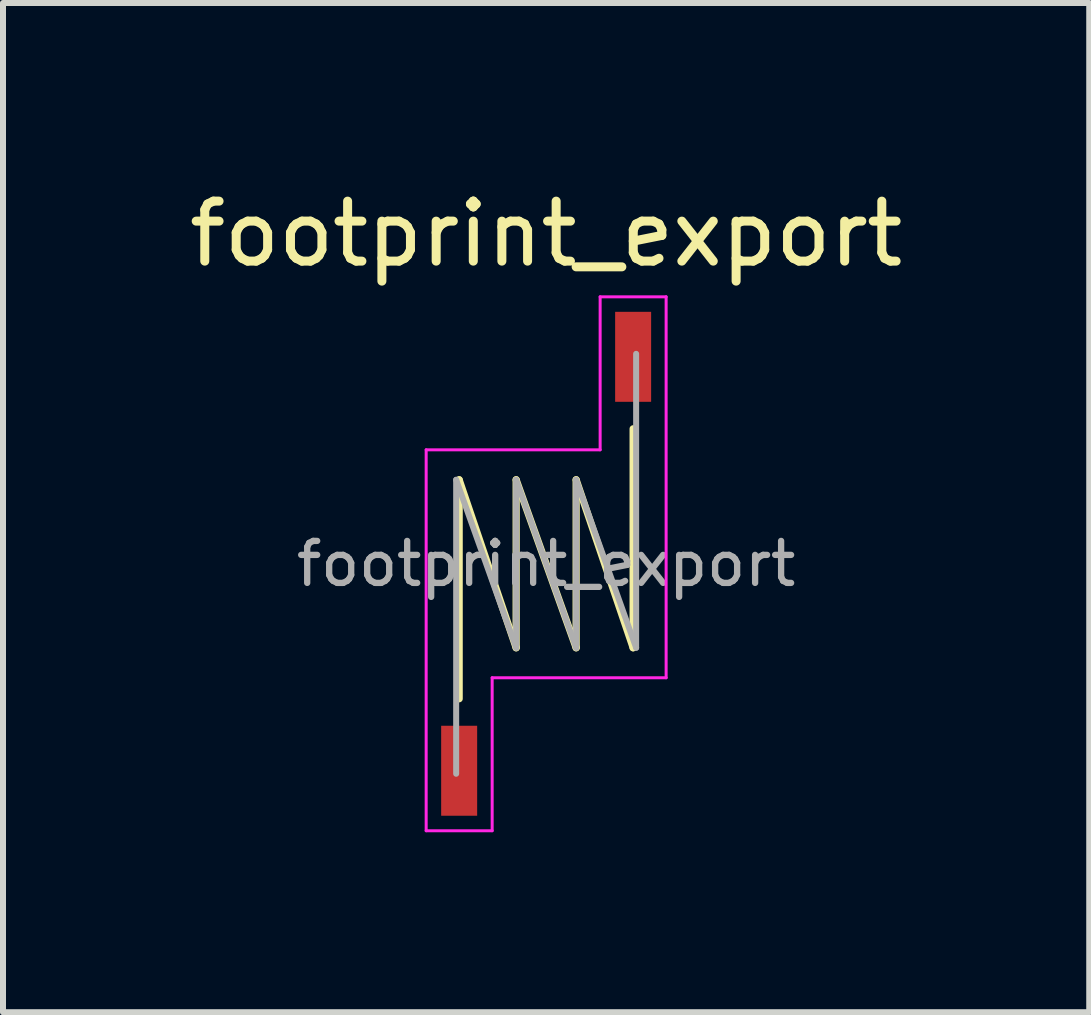
<source format=kicad_pcb>
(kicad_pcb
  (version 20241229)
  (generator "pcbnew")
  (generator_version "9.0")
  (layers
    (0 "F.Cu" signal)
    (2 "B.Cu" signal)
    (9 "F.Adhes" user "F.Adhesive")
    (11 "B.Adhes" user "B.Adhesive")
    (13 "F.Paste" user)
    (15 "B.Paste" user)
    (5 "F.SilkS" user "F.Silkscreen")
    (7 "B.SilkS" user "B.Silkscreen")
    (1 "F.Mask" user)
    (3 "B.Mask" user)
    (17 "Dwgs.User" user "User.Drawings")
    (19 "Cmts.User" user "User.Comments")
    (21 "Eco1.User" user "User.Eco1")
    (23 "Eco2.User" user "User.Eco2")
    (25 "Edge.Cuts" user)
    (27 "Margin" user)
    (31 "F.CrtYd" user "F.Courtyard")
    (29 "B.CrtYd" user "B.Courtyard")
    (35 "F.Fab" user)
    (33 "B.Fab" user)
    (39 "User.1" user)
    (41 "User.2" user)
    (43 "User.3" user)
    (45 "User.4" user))
  (footprint "footprint_export"
    (layer "F.Cu")
    (at 6.054 6.348)
    (property "Reference" "footprint_export" (at 0 -5.5 0) (layer "F.SilkS") (effects (font (size 1 1) (thickness 0.15))))
    (attr smd)
    (fp_line (start -1.45 -1.4) (end -1.45 2.25) (stroke (width 0.12) (type solid)) (layer "F.SilkS"))
    (fp_line (start -1.45 -1.4) (end -0.5 1.4) (stroke (width 0.12) (type solid)) (layer "F.SilkS"))
    (fp_line (start -0.5 -1.4) (end -0.5 1.4) (stroke (width 0.12) (type solid)) (layer "F.SilkS"))
    (fp_line (start -0.5 -1.4) (end 0.5 1.4) (stroke (width 0.12) (type solid)) (layer "F.SilkS"))
    (fp_line (start 0.5 -1.4) (end 0.5 1.4) (stroke (width 0.12) (type solid)) (layer "F.SilkS"))
    (fp_line (start 0.5 -1.4) (end 1.45 1.4) (stroke (width 0.12) (type solid)) (layer "F.SilkS"))
    (fp_line (start 1.45 1.4) (end 1.45 -2.25) (stroke (width 0.12) (type solid)) (layer "F.SilkS"))
    (fp_line (start -2 -1.9) (end -2 4.45) (stroke (width 0.05) (type solid)) (layer "F.CrtYd"))
    (fp_line (start -2 4.45) (end -0.9 4.45) (stroke (width 0.05) (type solid)) (layer "F.CrtYd"))
    (fp_line (start -0.9 1.9) (end 2 1.9) (stroke (width 0.05) (type solid)) (layer "F.CrtYd"))
    (fp_line (start -0.9 4.45) (end -0.9 1.9) (stroke (width 0.05) (type solid)) (layer "F.CrtYd"))
    (fp_line (start 0.9 -4.45) (end 0.9 -1.9) (stroke (width 0.05) (type solid)) (layer "F.CrtYd"))
    (fp_line (start 0.9 -1.9) (end -2 -1.9) (stroke (width 0.05) (type solid)) (layer "F.CrtYd"))
    (fp_line (start 2 -4.45) (end 0.9 -4.45) (stroke (width 0.05) (type solid)) (layer "F.CrtYd"))
    (fp_line (start 2 1.9) (end 2 -4.45) (stroke (width 0.05) (type solid)) (layer "F.CrtYd"))
    (fp_line (start -1.5 -1.4) (end -0.5 1.4) (stroke (width 0.1) (type solid)) (layer "F.Fab"))
    (fp_line (start -1.5 3.5) (end -1.5 -1.4) (stroke (width 0.1) (type solid)) (layer "F.Fab"))
    (fp_line (start -0.5 -1.4) (end 0.5 1.4) (stroke (width 0.1) (type solid)) (layer "F.Fab"))
    (fp_line (start -0.5 1.4) (end -0.5 -1.4) (stroke (width 0.1) (type solid)) (layer "F.Fab"))
    (fp_line (start 0.5 -1.4) (end 1.5 1.4) (stroke (width 0.1) (type solid)) (layer "F.Fab"))
    (fp_line (start 0.5 1.4) (end 0.5 -1.4) (stroke (width 0.1) (type solid)) (layer "F.Fab"))
    (fp_line (start 1.5 1.4) (end 1.5 -3.5) (stroke (width 0.1) (type solid)) (layer "F.Fab"))
    (fp_text user "${REFERENCE}" (at 0 0 0) (layer "F.Fab") (effects (font (size 0.7 0.7) (thickness 0.105))))
    (pad "1" smd rect (at -1.45 3.45) (size 0.6 1.5) (layers "F.Cu" "F.Mask" "F.Paste"))
    (pad "2" smd rect (at 1.45 -3.45) (size 0.6 1.5) (layers "F.Cu" "F.Mask" "F.Paste")))
  (gr_rect
    (start -3 -3)
    (end 15.107 13.823)
    (stroke (width 0.1) (type default))
    (fill no)
    (layer "Edge.Cuts")))
</source>
